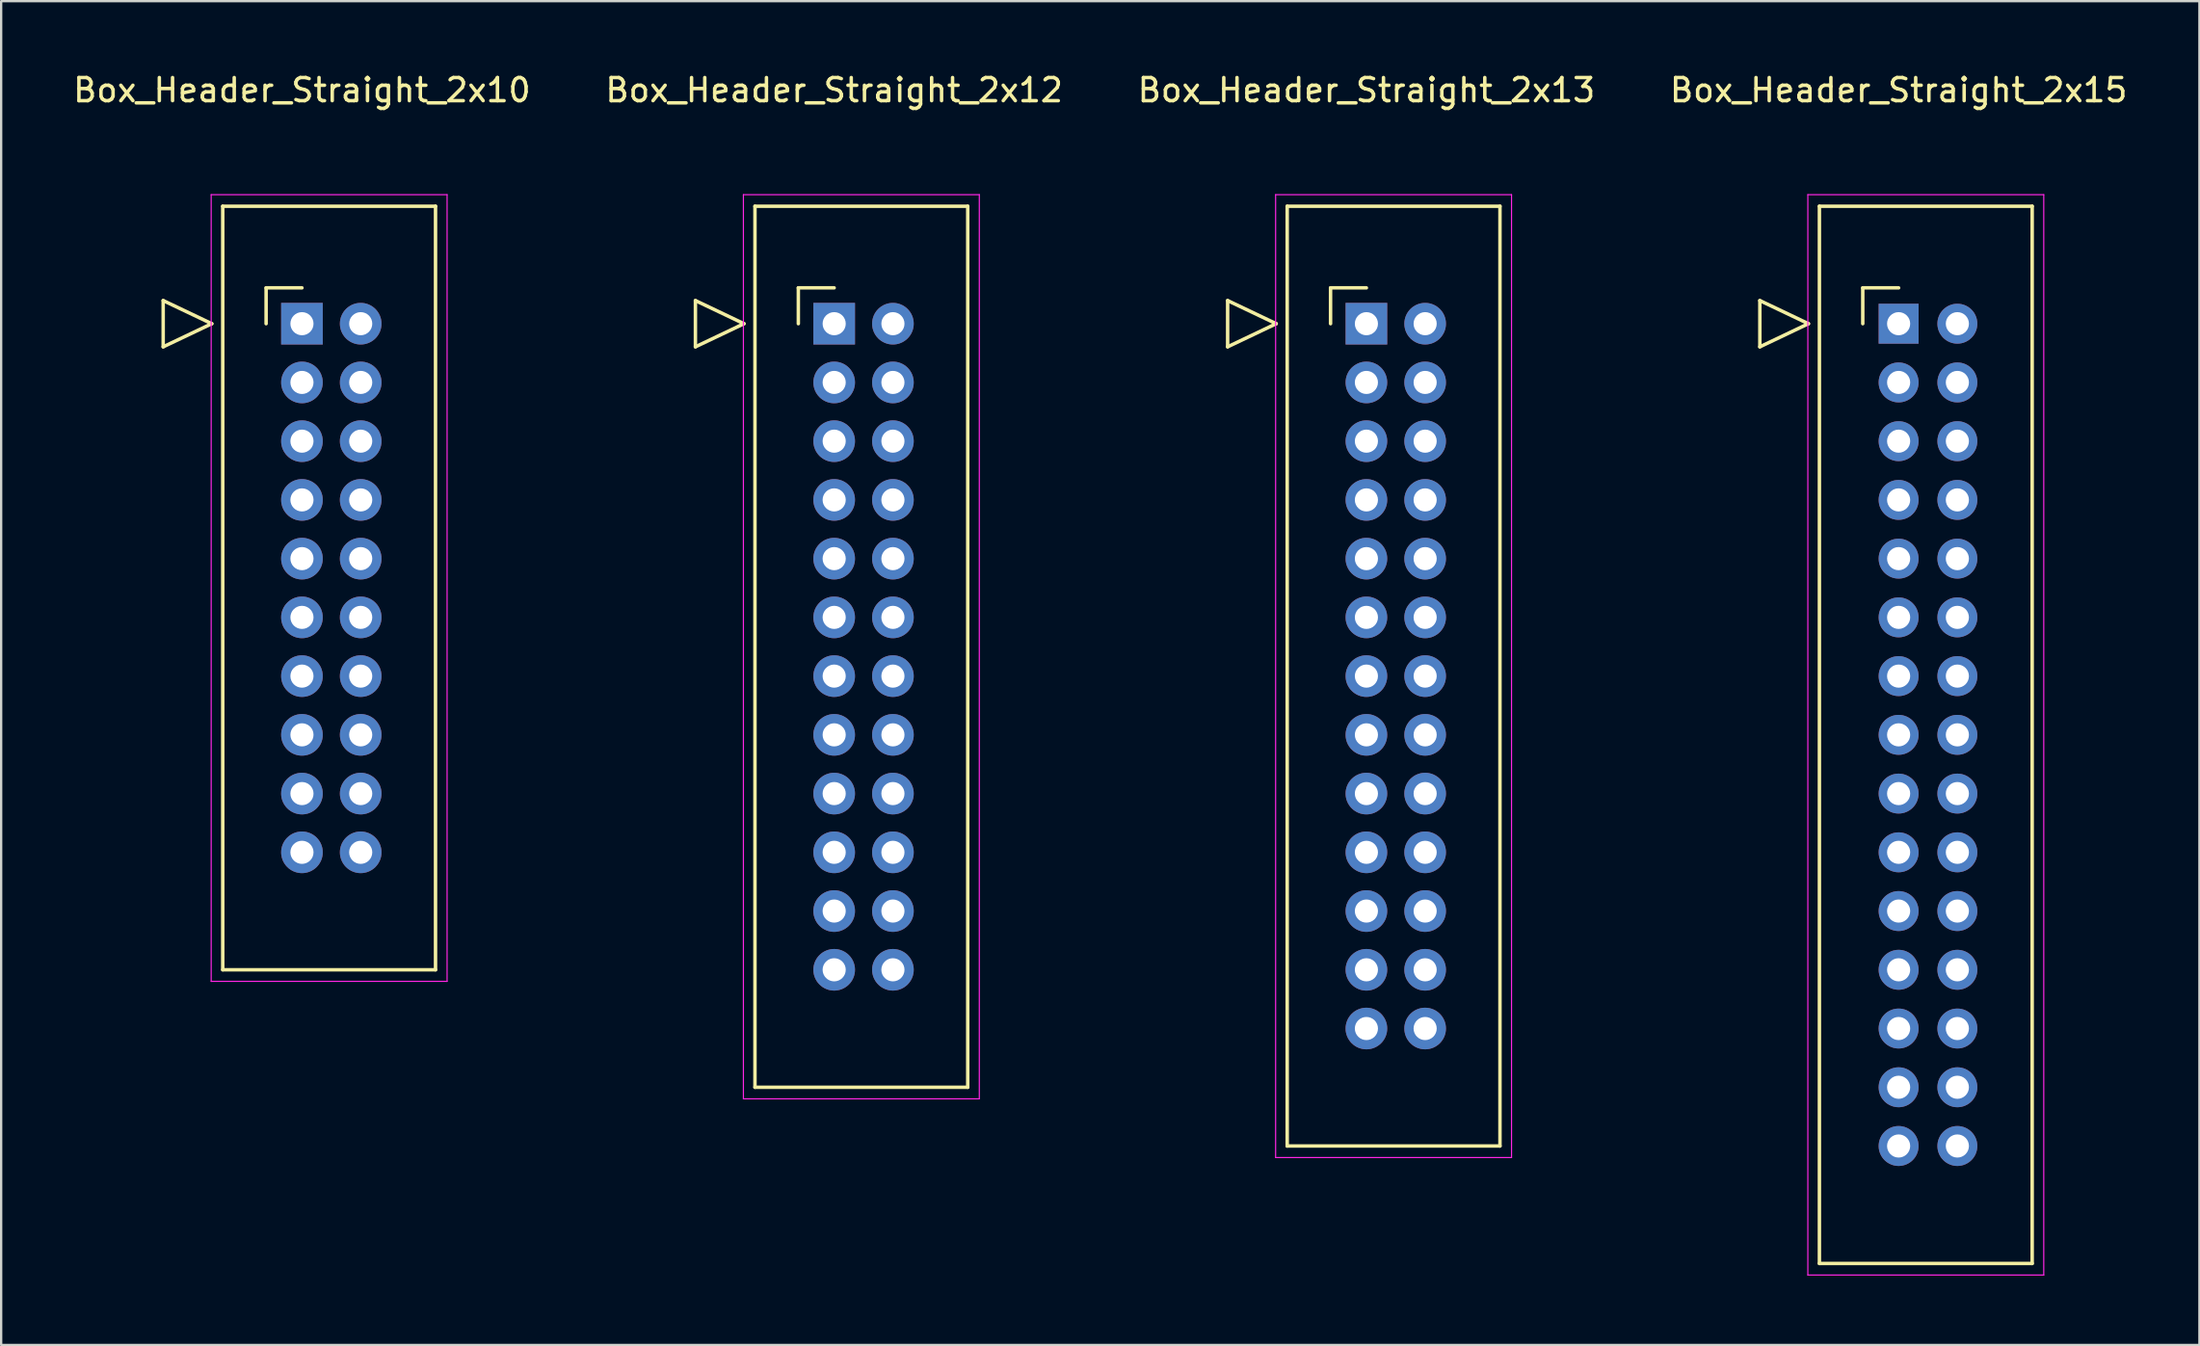
<source format=kicad_pcb>
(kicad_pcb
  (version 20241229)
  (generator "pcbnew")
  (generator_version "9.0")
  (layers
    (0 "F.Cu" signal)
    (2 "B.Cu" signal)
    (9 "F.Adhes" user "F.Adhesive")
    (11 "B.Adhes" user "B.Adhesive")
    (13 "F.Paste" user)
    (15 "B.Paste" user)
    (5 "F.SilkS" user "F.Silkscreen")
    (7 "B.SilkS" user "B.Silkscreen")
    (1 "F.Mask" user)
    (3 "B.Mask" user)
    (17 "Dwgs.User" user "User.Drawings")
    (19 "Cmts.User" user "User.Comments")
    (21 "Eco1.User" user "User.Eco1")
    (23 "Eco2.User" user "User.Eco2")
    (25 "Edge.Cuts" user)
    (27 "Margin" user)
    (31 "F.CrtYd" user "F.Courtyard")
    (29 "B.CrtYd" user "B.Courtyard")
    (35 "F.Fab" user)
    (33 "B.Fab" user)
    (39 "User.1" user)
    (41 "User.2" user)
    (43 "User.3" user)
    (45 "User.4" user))
  (footprint "Box_Header_Straight_2x10"
    (layer "F.Cu")
    (at 10.006 10.948)
    (property "Reference" "Box_Header_Straight_2x10" (at 0 -10.1 0) (layer "F.SilkS") (effects (font (size 1 1) (thickness 0.15))))
    (attr through_hole)
    (fp_line (start -6 -1) (end -3.9 0) (stroke (width 0.15) (type solid)) (layer "F.SilkS"))
    (fp_line (start -6 1) (end -6 -1) (stroke (width 0.15) (type solid)) (layer "F.SilkS"))
    (fp_line (start -3.9 0) (end -6 1) (stroke (width 0.15) (type solid)) (layer "F.SilkS"))
    (fp_line (start -3.425 -5.08) (end -3.425 27.94) (stroke (width 0.15) (type solid)) (layer "F.SilkS"))
    (fp_line (start -3.425 -5.08) (end 5.775 -5.08) (stroke (width 0.15) (type solid)) (layer "F.SilkS"))
    (fp_line (start -3.425 27.94) (end 5.775 27.94) (stroke (width 0.15) (type solid)) (layer "F.SilkS"))
    (fp_line (start -1.55 -1.55) (end -1.55 0) (stroke (width 0.15) (type solid)) (layer "F.SilkS"))
    (fp_line (start -1.55 -1.55) (end 0 -1.55) (stroke (width 0.15) (type solid)) (layer "F.SilkS"))
    (fp_line (start 5.775 -5.08) (end 5.775 27.94) (stroke (width 0.15) (type solid)) (layer "F.SilkS"))
    (fp_line (start -3.925 -5.58) (end -3.925 28.44) (stroke (width 0.05) (type solid)) (layer "F.CrtYd"))
    (fp_line (start -3.925 -5.58) (end 6.275 -5.58) (stroke (width 0.05) (type solid)) (layer "F.CrtYd"))
    (fp_line (start -3.925 28.44) (end 6.275 28.44) (stroke (width 0.05) (type solid)) (layer "F.CrtYd"))
    (fp_line (start 6.275 -5.58) (end 6.275 28.44) (stroke (width 0.05) (type solid)) (layer "F.CrtYd"))
    (pad "1" thru_hole rect (at 0 0) (size 1.8 1.8) (drill 1) (layers "*.Cu" "*.Mask"))
    (pad "2" thru_hole oval (at 2.54 0) (size 1.8 1.8) (drill 1) (layers "*.Cu" "*.Mask"))
    (pad "3" thru_hole oval (at 0 2.54) (size 1.8 1.8) (drill 1) (layers "*.Cu" "*.Mask"))
    (pad "4" thru_hole oval (at 2.54 2.54) (size 1.8 1.8) (drill 1) (layers "*.Cu" "*.Mask"))
    (pad "5" thru_hole oval (at 0 5.08) (size 1.8 1.8) (drill 1) (layers "*.Cu" "*.Mask"))
    (pad "6" thru_hole oval (at 2.54 5.08) (size 1.8 1.8) (drill 1) (layers "*.Cu" "*.Mask"))
    (pad "7" thru_hole oval (at 0 7.62) (size 1.8 1.8) (drill 1) (layers "*.Cu" "*.Mask"))
    (pad "8" thru_hole oval (at 2.54 7.62) (size 1.8 1.8) (drill 1) (layers "*.Cu" "*.Mask"))
    (pad "9" thru_hole oval (at 0 10.16) (size 1.8 1.8) (drill 1) (layers "*.Cu" "*.Mask"))
    (pad "10" thru_hole oval (at 2.54 10.16) (size 1.8 1.8) (drill 1) (layers "*.Cu" "*.Mask"))
    (pad "11" thru_hole oval (at 0 12.7) (size 1.8 1.8) (drill 1) (layers "*.Cu" "*.Mask"))
    (pad "12" thru_hole oval (at 2.54 12.7) (size 1.8 1.8) (drill 1) (layers "*.Cu" "*.Mask"))
    (pad "13" thru_hole oval (at 0 15.24) (size 1.8 1.8) (drill 1) (layers "*.Cu" "*.Mask"))
    (pad "14" thru_hole oval (at 2.54 15.24) (size 1.8 1.8) (drill 1) (layers "*.Cu" "*.Mask"))
    (pad "15" thru_hole oval (at 0 17.78) (size 1.8 1.8) (drill 1) (layers "*.Cu" "*.Mask"))
    (pad "16" thru_hole oval (at 2.54 17.78) (size 1.8 1.8) (drill 1) (layers "*.Cu" "*.Mask"))
    (pad "17" thru_hole oval (at 0 20.32) (size 1.8 1.8) (drill 1) (layers "*.Cu" "*.Mask"))
    (pad "18" thru_hole oval (at 2.54 20.32) (size 1.8 1.8) (drill 1) (layers "*.Cu" "*.Mask"))
    (pad "19" thru_hole oval (at 0 22.86) (size 1.8 1.8) (drill 1) (layers "*.Cu" "*.Mask"))
    (pad "20" thru_hole oval (at 2.54 22.86) (size 1.8 1.8) (drill 1) (layers "*.Cu" "*.Mask")))
  (footprint "Box_Header_Straight_2x12"
    (layer "F.Cu")
    (at 33.018 10.948)
    (property "Reference" "Box_Header_Straight_2x12" (at 0 -10.1 0) (layer "F.SilkS") (effects (font (size 1 1) (thickness 0.15))))
    (attr through_hole)
    (fp_line (start -6 -1) (end -3.9 0) (stroke (width 0.15) (type solid)) (layer "F.SilkS"))
    (fp_line (start -6 1) (end -6 -1) (stroke (width 0.15) (type solid)) (layer "F.SilkS"))
    (fp_line (start -3.9 0) (end -6 1) (stroke (width 0.15) (type solid)) (layer "F.SilkS"))
    (fp_line (start -3.425 -5.08) (end -3.425 33.02) (stroke (width 0.15) (type solid)) (layer "F.SilkS"))
    (fp_line (start -3.425 -5.08) (end 5.775 -5.08) (stroke (width 0.15) (type solid)) (layer "F.SilkS"))
    (fp_line (start -3.425 33.02) (end 5.775 33.02) (stroke (width 0.15) (type solid)) (layer "F.SilkS"))
    (fp_line (start -1.55 -1.55) (end -1.55 0) (stroke (width 0.15) (type solid)) (layer "F.SilkS"))
    (fp_line (start -1.55 -1.55) (end 0 -1.55) (stroke (width 0.15) (type solid)) (layer "F.SilkS"))
    (fp_line (start 5.775 -5.08) (end 5.775 33.02) (stroke (width 0.15) (type solid)) (layer "F.SilkS"))
    (fp_line (start -3.925 -5.58) (end -3.925 33.52) (stroke (width 0.05) (type solid)) (layer "F.CrtYd"))
    (fp_line (start -3.925 -5.58) (end 6.275 -5.58) (stroke (width 0.05) (type solid)) (layer "F.CrtYd"))
    (fp_line (start -3.925 33.52) (end 6.275 33.52) (stroke (width 0.05) (type solid)) (layer "F.CrtYd"))
    (fp_line (start 6.275 -5.58) (end 6.275 33.52) (stroke (width 0.05) (type solid)) (layer "F.CrtYd"))
    (pad "1" thru_hole rect (at 0 0) (size 1.8 1.8) (drill 1) (layers "*.Cu" "*.Mask"))
    (pad "2" thru_hole oval (at 2.54 0) (size 1.8 1.8) (drill 1) (layers "*.Cu" "*.Mask"))
    (pad "3" thru_hole oval (at 0 2.54) (size 1.8 1.8) (drill 1) (layers "*.Cu" "*.Mask"))
    (pad "4" thru_hole oval (at 2.54 2.54) (size 1.8 1.8) (drill 1) (layers "*.Cu" "*.Mask"))
    (pad "5" thru_hole oval (at 0 5.08) (size 1.8 1.8) (drill 1) (layers "*.Cu" "*.Mask"))
    (pad "6" thru_hole oval (at 2.54 5.08) (size 1.8 1.8) (drill 1) (layers "*.Cu" "*.Mask"))
    (pad "7" thru_hole oval (at 0 7.62) (size 1.8 1.8) (drill 1) (layers "*.Cu" "*.Mask"))
    (pad "8" thru_hole oval (at 2.54 7.62) (size 1.8 1.8) (drill 1) (layers "*.Cu" "*.Mask"))
    (pad "9" thru_hole oval (at 0 10.16) (size 1.8 1.8) (drill 1) (layers "*.Cu" "*.Mask"))
    (pad "10" thru_hole oval (at 2.54 10.16) (size 1.8 1.8) (drill 1) (layers "*.Cu" "*.Mask"))
    (pad "11" thru_hole oval (at 0 12.7) (size 1.8 1.8) (drill 1) (layers "*.Cu" "*.Mask"))
    (pad "12" thru_hole oval (at 2.54 12.7) (size 1.8 1.8) (drill 1) (layers "*.Cu" "*.Mask"))
    (pad "13" thru_hole oval (at 0 15.24) (size 1.8 1.8) (drill 1) (layers "*.Cu" "*.Mask"))
    (pad "14" thru_hole oval (at 2.54 15.24) (size 1.8 1.8) (drill 1) (layers "*.Cu" "*.Mask"))
    (pad "15" thru_hole oval (at 0 17.78) (size 1.8 1.8) (drill 1) (layers "*.Cu" "*.Mask"))
    (pad "16" thru_hole oval (at 2.54 17.78) (size 1.8 1.8) (drill 1) (layers "*.Cu" "*.Mask"))
    (pad "17" thru_hole oval (at 0 20.32) (size 1.8 1.8) (drill 1) (layers "*.Cu" "*.Mask"))
    (pad "18" thru_hole oval (at 2.54 20.32) (size 1.8 1.8) (drill 1) (layers "*.Cu" "*.Mask"))
    (pad "19" thru_hole oval (at 0 22.86) (size 1.8 1.8) (drill 1) (layers "*.Cu" "*.Mask"))
    (pad "20" thru_hole oval (at 2.54 22.86) (size 1.8 1.8) (drill 1) (layers "*.Cu" "*.Mask"))
    (pad "21" thru_hole oval (at 0 25.4) (size 1.8 1.8) (drill 1) (layers "*.Cu" "*.Mask"))
    (pad "22" thru_hole oval (at 2.54 25.4) (size 1.8 1.8) (drill 1) (layers "*.Cu" "*.Mask"))
    (pad "23" thru_hole oval (at 0 27.94) (size 1.8 1.8) (drill 1) (layers "*.Cu" "*.Mask"))
    (pad "24" thru_hole oval (at 2.54 27.94) (size 1.8 1.8) (drill 1) (layers "*.Cu" "*.Mask")))
  (footprint "Box_Header_Straight_2x15"
    (layer "F.Cu")
    (at 79.042 10.948)
    (property "Reference" "Box_Header_Straight_2x15" (at 0 -10.1 0) (layer "F.SilkS") (effects (font (size 1 1) (thickness 0.15))))
    (attr through_hole)
    (fp_line (start -6 -1) (end -3.9 0) (stroke (width 0.15) (type solid)) (layer "F.SilkS"))
    (fp_line (start -6 1) (end -6 -1) (stroke (width 0.15) (type solid)) (layer "F.SilkS"))
    (fp_line (start -3.9 0) (end -6 1) (stroke (width 0.15) (type solid)) (layer "F.SilkS"))
    (fp_line (start -3.425 -5.08) (end -3.425 40.64) (stroke (width 0.15) (type solid)) (layer "F.SilkS"))
    (fp_line (start -3.425 -5.08) (end 5.775 -5.08) (stroke (width 0.15) (type solid)) (layer "F.SilkS"))
    (fp_line (start -3.425 40.64) (end 5.775 40.64) (stroke (width 0.15) (type solid)) (layer "F.SilkS"))
    (fp_line (start -1.55 -1.55) (end -1.55 0) (stroke (width 0.15) (type solid)) (layer "F.SilkS"))
    (fp_line (start -1.55 -1.55) (end 0 -1.55) (stroke (width 0.15) (type solid)) (layer "F.SilkS"))
    (fp_line (start 5.775 -5.08) (end 5.775 40.64) (stroke (width 0.15) (type solid)) (layer "F.SilkS"))
    (fp_line (start -3.925 -5.58) (end -3.925 41.14) (stroke (width 0.05) (type solid)) (layer "F.CrtYd"))
    (fp_line (start -3.925 -5.58) (end 6.275 -5.58) (stroke (width 0.05) (type solid)) (layer "F.CrtYd"))
    (fp_line (start -3.925 41.14) (end 6.275 41.14) (stroke (width 0.05) (type solid)) (layer "F.CrtYd"))
    (fp_line (start 6.275 -5.58) (end 6.275 41.14) (stroke (width 0.05) (type solid)) (layer "F.CrtYd"))
    (pad "1" thru_hole rect (at 0 0) (size 1.727 1.727) (drill 1) (layers "*.Cu" "*.Mask"))
    (pad "2" thru_hole oval (at 2.54 0) (size 1.727 1.727) (drill 1) (layers "*.Cu" "*.Mask"))
    (pad "3" thru_hole oval (at 0 2.54) (size 1.727 1.727) (drill 1) (layers "*.Cu" "*.Mask"))
    (pad "4" thru_hole oval (at 2.54 2.54) (size 1.727 1.727) (drill 1) (layers "*.Cu" "*.Mask"))
    (pad "5" thru_hole oval (at 0 5.08) (size 1.727 1.727) (drill 1) (layers "*.Cu" "*.Mask"))
    (pad "6" thru_hole oval (at 2.54 5.08) (size 1.727 1.727) (drill 1) (layers "*.Cu" "*.Mask"))
    (pad "7" thru_hole oval (at 0 7.62) (size 1.727 1.727) (drill 1) (layers "*.Cu" "*.Mask"))
    (pad "8" thru_hole oval (at 2.54 7.62) (size 1.727 1.727) (drill 1) (layers "*.Cu" "*.Mask"))
    (pad "9" thru_hole oval (at 0 10.16) (size 1.727 1.727) (drill 1) (layers "*.Cu" "*.Mask"))
    (pad "10" thru_hole oval (at 2.54 10.16) (size 1.727 1.727) (drill 1) (layers "*.Cu" "*.Mask"))
    (pad "11" thru_hole oval (at 0 12.7) (size 1.727 1.727) (drill 1) (layers "*.Cu" "*.Mask"))
    (pad "12" thru_hole oval (at 2.54 12.7) (size 1.727 1.727) (drill 1) (layers "*.Cu" "*.Mask"))
    (pad "13" thru_hole oval (at 0 15.24) (size 1.727 1.727) (drill 1) (layers "*.Cu" "*.Mask"))
    (pad "14" thru_hole oval (at 2.54 15.24) (size 1.727 1.727) (drill 1) (layers "*.Cu" "*.Mask"))
    (pad "15" thru_hole oval (at 0 17.78) (size 1.727 1.727) (drill 1) (layers "*.Cu" "*.Mask"))
    (pad "16" thru_hole oval (at 2.54 17.78) (size 1.727 1.727) (drill 1) (layers "*.Cu" "*.Mask"))
    (pad "17" thru_hole oval (at 0 20.32) (size 1.727 1.727) (drill 1) (layers "*.Cu" "*.Mask"))
    (pad "18" thru_hole oval (at 2.54 20.32) (size 1.727 1.727) (drill 1) (layers "*.Cu" "*.Mask"))
    (pad "19" thru_hole oval (at 0 22.86) (size 1.727 1.727) (drill 1) (layers "*.Cu" "*.Mask"))
    (pad "20" thru_hole oval (at 2.54 22.86) (size 1.727 1.727) (drill 1) (layers "*.Cu" "*.Mask"))
    (pad "21" thru_hole oval (at 0 25.4) (size 1.727 1.727) (drill 1) (layers "*.Cu" "*.Mask"))
    (pad "22" thru_hole oval (at 2.54 25.4) (size 1.727 1.727) (drill 1) (layers "*.Cu" "*.Mask"))
    (pad "23" thru_hole oval (at 0 27.94) (size 1.727 1.727) (drill 1) (layers "*.Cu" "*.Mask"))
    (pad "24" thru_hole oval (at 2.54 27.94) (size 1.727 1.727) (drill 1) (layers "*.Cu" "*.Mask"))
    (pad "25" thru_hole oval (at 0 30.48) (size 1.727 1.727) (drill 1) (layers "*.Cu" "*.Mask"))
    (pad "26" thru_hole oval (at 2.54 30.48) (size 1.727 1.727) (drill 1) (layers "*.Cu" "*.Mask"))
    (pad "27" thru_hole oval (at 0 33.02) (size 1.727 1.727) (drill 1) (layers "*.Cu" "*.Mask"))
    (pad "28" thru_hole oval (at 2.54 33.02) (size 1.727 1.727) (drill 1) (layers "*.Cu" "*.Mask"))
    (pad "29" thru_hole oval (at 0 35.56) (size 1.727 1.727) (drill 1) (layers "*.Cu" "*.Mask"))
    (pad "30" thru_hole oval (at 2.54 35.56) (size 1.727 1.727) (drill 1) (layers "*.Cu" "*.Mask")))
  (footprint "Box_Header_Straight_2x13"
    (layer "F.Cu")
    (at 56.03 10.948)
    (property "Reference" "Box_Header_Straight_2x13" (at 0 -10.1 0) (layer "F.SilkS") (effects (font (size 1 1) (thickness 0.15))))
    (attr through_hole)
    (fp_line (start -6 -1) (end -3.9 0) (stroke (width 0.15) (type solid)) (layer "F.SilkS"))
    (fp_line (start -6 1) (end -6 -1) (stroke (width 0.15) (type solid)) (layer "F.SilkS"))
    (fp_line (start -3.9 0) (end -6 1) (stroke (width 0.15) (type solid)) (layer "F.SilkS"))
    (fp_line (start -3.425 -5.08) (end -3.425 35.56) (stroke (width 0.15) (type solid)) (layer "F.SilkS"))
    (fp_line (start -3.425 -5.08) (end 5.775 -5.08) (stroke (width 0.15) (type solid)) (layer "F.SilkS"))
    (fp_line (start -3.425 35.56) (end 5.775 35.56) (stroke (width 0.15) (type solid)) (layer "F.SilkS"))
    (fp_line (start -1.55 -1.55) (end -1.55 0) (stroke (width 0.15) (type solid)) (layer "F.SilkS"))
    (fp_line (start -1.55 -1.55) (end 0 -1.55) (stroke (width 0.15) (type solid)) (layer "F.SilkS"))
    (fp_line (start 5.775 -5.08) (end 5.775 35.56) (stroke (width 0.15) (type solid)) (layer "F.SilkS"))
    (fp_line (start -3.925 -5.58) (end -3.925 36.06) (stroke (width 0.05) (type solid)) (layer "F.CrtYd"))
    (fp_line (start -3.925 -5.58) (end 6.275 -5.58) (stroke (width 0.05) (type solid)) (layer "F.CrtYd"))
    (fp_line (start -3.925 36.06) (end 6.275 36.06) (stroke (width 0.05) (type solid)) (layer "F.CrtYd"))
    (fp_line (start 6.275 -5.58) (end 6.275 36.06) (stroke (width 0.05) (type solid)) (layer "F.CrtYd"))
    (pad "1" thru_hole rect (at 0 0) (size 1.8 1.8) (drill 1) (layers "*.Cu" "*.Mask"))
    (pad "2" thru_hole oval (at 2.54 0) (size 1.8 1.8) (drill 1) (layers "*.Cu" "*.Mask"))
    (pad "3" thru_hole oval (at 0 2.54) (size 1.8 1.8) (drill 1) (layers "*.Cu" "*.Mask"))
    (pad "4" thru_hole oval (at 2.54 2.54) (size 1.8 1.8) (drill 1) (layers "*.Cu" "*.Mask"))
    (pad "5" thru_hole oval (at 0 5.08) (size 1.8 1.8) (drill 1) (layers "*.Cu" "*.Mask"))
    (pad "6" thru_hole oval (at 2.54 5.08) (size 1.8 1.8) (drill 1) (layers "*.Cu" "*.Mask"))
    (pad "7" thru_hole oval (at 0 7.62) (size 1.8 1.8) (drill 1) (layers "*.Cu" "*.Mask"))
    (pad "8" thru_hole oval (at 2.54 7.62) (size 1.8 1.8) (drill 1) (layers "*.Cu" "*.Mask"))
    (pad "9" thru_hole oval (at 0 10.16) (size 1.8 1.8) (drill 1) (layers "*.Cu" "*.Mask"))
    (pad "10" thru_hole oval (at 2.54 10.16) (size 1.8 1.8) (drill 1) (layers "*.Cu" "*.Mask"))
    (pad "11" thru_hole oval (at 0 12.7) (size 1.8 1.8) (drill 1) (layers "*.Cu" "*.Mask"))
    (pad "12" thru_hole oval (at 2.54 12.7) (size 1.8 1.8) (drill 1) (layers "*.Cu" "*.Mask"))
    (pad "13" thru_hole oval (at 0 15.24) (size 1.8 1.8) (drill 1) (layers "*.Cu" "*.Mask"))
    (pad "14" thru_hole oval (at 2.54 15.24) (size 1.8 1.8) (drill 1) (layers "*.Cu" "*.Mask"))
    (pad "15" thru_hole oval (at 0 17.78) (size 1.8 1.8) (drill 1) (layers "*.Cu" "*.Mask"))
    (pad "16" thru_hole oval (at 2.54 17.78) (size 1.8 1.8) (drill 1) (layers "*.Cu" "*.Mask"))
    (pad "17" thru_hole oval (at 0 20.32) (size 1.8 1.8) (drill 1) (layers "*.Cu" "*.Mask"))
    (pad "18" thru_hole oval (at 2.54 20.32) (size 1.8 1.8) (drill 1) (layers "*.Cu" "*.Mask"))
    (pad "19" thru_hole oval (at 0 22.86) (size 1.8 1.8) (drill 1) (layers "*.Cu" "*.Mask"))
    (pad "20" thru_hole oval (at 2.54 22.86) (size 1.8 1.8) (drill 1) (layers "*.Cu" "*.Mask"))
    (pad "21" thru_hole oval (at 0 25.4) (size 1.8 1.8) (drill 1) (layers "*.Cu" "*.Mask"))
    (pad "22" thru_hole oval (at 2.54 25.4) (size 1.8 1.8) (drill 1) (layers "*.Cu" "*.Mask"))
    (pad "23" thru_hole oval (at 0 27.94) (size 1.8 1.8) (drill 1) (layers "*.Cu" "*.Mask"))
    (pad "24" thru_hole oval (at 2.54 27.94) (size 1.8 1.8) (drill 1) (layers "*.Cu" "*.Mask"))
    (pad "25" thru_hole oval (at 0 30.48) (size 1.8 1.8) (drill 1) (layers "*.Cu" "*.Mask"))
    (pad "26" thru_hole oval (at 2.54 30.48) (size 1.8 1.8) (drill 1) (layers "*.Cu" "*.Mask")))
  (gr_rect
    (start -3 -3)
    (end 92.048 55.113)
    (stroke (width 0.1) (type default))
    (fill no)
    (layer "Edge.Cuts")))
</source>
